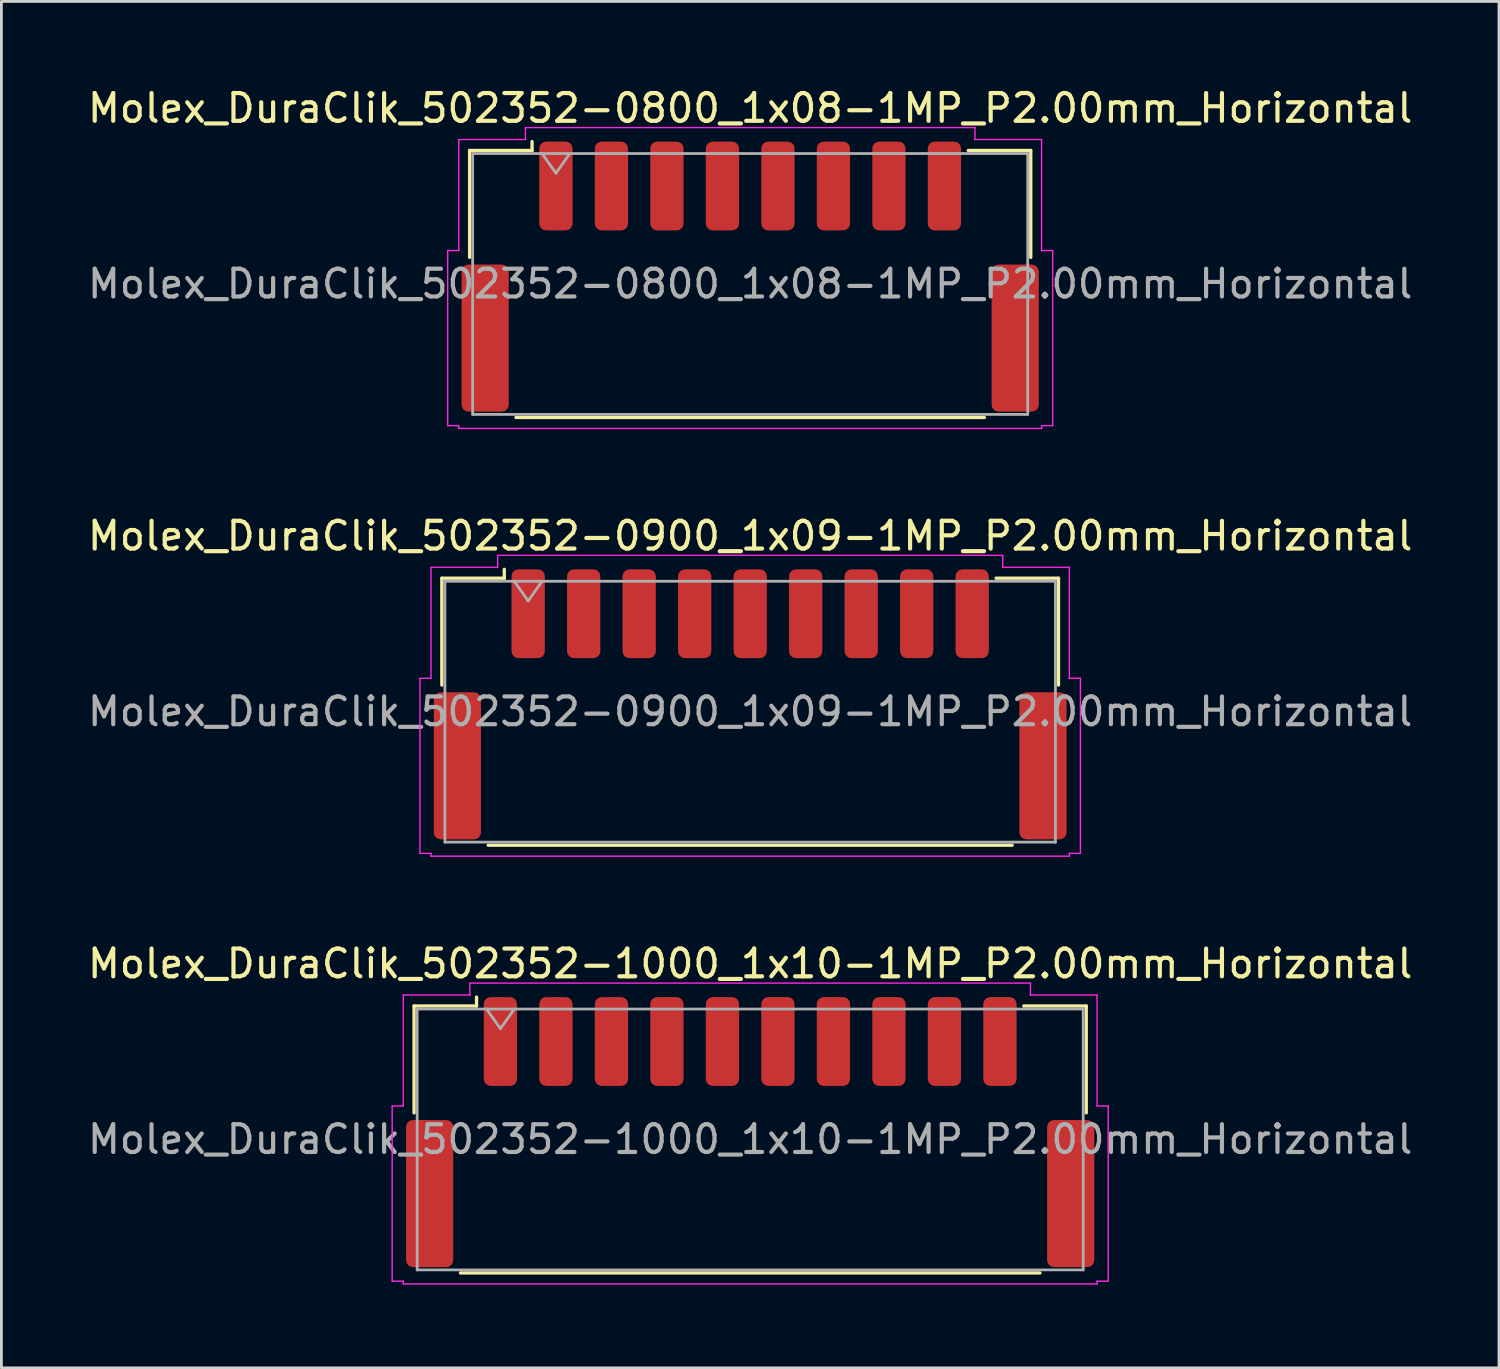
<source format=kicad_pcb>
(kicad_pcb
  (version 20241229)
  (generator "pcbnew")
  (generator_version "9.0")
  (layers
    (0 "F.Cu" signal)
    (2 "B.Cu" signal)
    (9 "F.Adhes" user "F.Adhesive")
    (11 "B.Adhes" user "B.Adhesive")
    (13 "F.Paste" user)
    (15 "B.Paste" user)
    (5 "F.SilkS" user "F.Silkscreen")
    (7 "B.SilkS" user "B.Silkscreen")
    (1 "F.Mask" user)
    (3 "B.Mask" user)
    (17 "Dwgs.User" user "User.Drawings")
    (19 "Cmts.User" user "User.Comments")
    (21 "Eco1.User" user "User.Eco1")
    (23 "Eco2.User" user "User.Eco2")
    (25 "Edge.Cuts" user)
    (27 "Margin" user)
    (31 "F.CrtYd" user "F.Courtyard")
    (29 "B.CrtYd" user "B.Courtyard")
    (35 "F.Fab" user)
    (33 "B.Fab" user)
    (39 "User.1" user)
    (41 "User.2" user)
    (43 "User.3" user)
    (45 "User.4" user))
  (footprint "Molex_DuraClik_502352-1000_1x10-1MP_P2.00mm_Horizontal"
    (layer "F.Cu")
    (at 23.982 37.745)
    (property "Reference" "Molex_DuraClik_502352-1000_1x10-1MP_P2.00mm_Horizontal" (at 0 -6.07 0) (layer "F.SilkS") (effects (font (size 1 1) (thickness 0.15))))
    (attr smd)
    (fp_line (start -12.11 -4.545) (end -9.86 -4.545) (stroke (width 0.12) (type solid)) (layer "F.SilkS"))
    (fp_line (start -12.11 -0.695) (end -12.11 -4.545) (stroke (width 0.12) (type solid)) (layer "F.SilkS"))
    (fp_line (start -10.44 5.075) (end 10.44 5.075) (stroke (width 0.12) (type solid)) (layer "F.SilkS"))
    (fp_line (start -9.86 -4.545) (end -9.86 -4.865) (stroke (width 0.12) (type solid)) (layer "F.SilkS"))
    (fp_line (start 12.11 -4.545) (end 9.86 -4.545) (stroke (width 0.12) (type solid)) (layer "F.SilkS"))
    (fp_line (start 12.11 -0.695) (end 12.11 -4.545) (stroke (width 0.12) (type solid)) (layer "F.SilkS"))
    (fp_line (start -12.9 -0.94) (end -12.5 -0.94) (stroke (width 0.05) (type solid)) (layer "F.CrtYd"))
    (fp_line (start -12.9 5.37) (end -12.9 -0.94) (stroke (width 0.05) (type solid)) (layer "F.CrtYd"))
    (fp_line (start -12.5 -4.94) (end -10.1 -4.94) (stroke (width 0.05) (type solid)) (layer "F.CrtYd"))
    (fp_line (start -12.5 -0.94) (end -12.5 -4.94) (stroke (width 0.05) (type solid)) (layer "F.CrtYd"))
    (fp_line (start -12.5 5.37) (end -12.9 5.37) (stroke (width 0.05) (type solid)) (layer "F.CrtYd"))
    (fp_line (start -12.5 5.47) (end -12.5 5.37) (stroke (width 0.05) (type solid)) (layer "F.CrtYd"))
    (fp_line (start -10.1 -5.37) (end 10.1 -5.37) (stroke (width 0.05) (type solid)) (layer "F.CrtYd"))
    (fp_line (start -10.1 -4.94) (end -10.1 -5.37) (stroke (width 0.05) (type solid)) (layer "F.CrtYd"))
    (fp_line (start 10.1 -5.37) (end 10.1 -4.94) (stroke (width 0.05) (type solid)) (layer "F.CrtYd"))
    (fp_line (start 10.1 -4.94) (end 12.5 -4.94) (stroke (width 0.05) (type solid)) (layer "F.CrtYd"))
    (fp_line (start 12.5 -4.94) (end 12.5 -0.94) (stroke (width 0.05) (type solid)) (layer "F.CrtYd"))
    (fp_line (start 12.5 -0.94) (end 12.9 -0.94) (stroke (width 0.05) (type solid)) (layer "F.CrtYd"))
    (fp_line (start 12.5 5.37) (end 12.5 5.47) (stroke (width 0.05) (type solid)) (layer "F.CrtYd"))
    (fp_line (start 12.5 5.47) (end -12.5 5.47) (stroke (width 0.05) (type solid)) (layer "F.CrtYd"))
    (fp_line (start 12.9 -0.94) (end 12.9 5.37) (stroke (width 0.05) (type solid)) (layer "F.CrtYd"))
    (fp_line (start 12.9 5.37) (end 12.5 5.37) (stroke (width 0.05) (type solid)) (layer "F.CrtYd"))
    (fp_line (start -12 -4.435) (end -12 4.965) (stroke (width 0.1) (type solid)) (layer "F.Fab"))
    (fp_line (start -12 -4.435) (end 12 -4.435) (stroke (width 0.1) (type solid)) (layer "F.Fab"))
    (fp_line (start -12 4.965) (end 12 4.965) (stroke (width 0.1) (type solid)) (layer "F.Fab"))
    (fp_line (start -9.5 -4.435) (end -9 -3.728) (stroke (width 0.1) (type solid)) (layer "F.Fab"))
    (fp_line (start -9 -3.728) (end -8.5 -4.435) (stroke (width 0.1) (type solid)) (layer "F.Fab"))
    (fp_line (start 12 -4.435) (end 12 4.965) (stroke (width 0.1) (type solid)) (layer "F.Fab"))
    (fp_text user "${REFERENCE}" (at 0 0.26 0) (layer "F.Fab") (effects (font (size 1 1) (thickness 0.15))))
    (pad "1" smd roundrect (at -9 -3.265) (size 1.2 3.2) (layers "F.Cu" "F.Mask" "F.Paste") (roundrect_rratio 0.208))
    (pad "2" smd roundrect (at -7 -3.265) (size 1.2 3.2) (layers "F.Cu" "F.Mask" "F.Paste") (roundrect_rratio 0.208))
    (pad "3" smd roundrect (at -5 -3.265) (size 1.2 3.2) (layers "F.Cu" "F.Mask" "F.Paste") (roundrect_rratio 0.208))
    (pad "4" smd roundrect (at -3 -3.265) (size 1.2 3.2) (layers "F.Cu" "F.Mask" "F.Paste") (roundrect_rratio 0.208))
    (pad "5" smd roundrect (at -1 -3.265) (size 1.2 3.2) (layers "F.Cu" "F.Mask" "F.Paste") (roundrect_rratio 0.208))
    (pad "6" smd roundrect (at 1 -3.265) (size 1.2 3.2) (layers "F.Cu" "F.Mask" "F.Paste") (roundrect_rratio 0.208))
    (pad "7" smd roundrect (at 3 -3.265) (size 1.2 3.2) (layers "F.Cu" "F.Mask" "F.Paste") (roundrect_rratio 0.208))
    (pad "8" smd roundrect (at 5 -3.265) (size 1.2 3.2) (layers "F.Cu" "F.Mask" "F.Paste") (roundrect_rratio 0.208))
    (pad "9" smd roundrect (at 7 -3.265) (size 1.2 3.2) (layers "F.Cu" "F.Mask" "F.Paste") (roundrect_rratio 0.208))
    (pad "10" smd roundrect (at 9 -3.265) (size 1.2 3.2) (layers "F.Cu" "F.Mask" "F.Paste") (roundrect_rratio 0.208))
    (pad "MP" smd roundrect (at -11.55 2.215) (size 1.7 5.3) (layers "F.Cu" "F.Mask" "F.Paste") (roundrect_rratio 0.147))
    (pad "MP" smd roundrect (at 11.55 2.215) (size 1.7 5.3) (layers "F.Cu" "F.Mask" "F.Paste") (roundrect_rratio 0.147)))
  (footprint "Molex_DuraClik_502352-0800_1x08-1MP_P2.00mm_Horizontal"
    (layer "F.Cu")
    (at 23.982 6.918)
    (property "Reference" "Molex_DuraClik_502352-0800_1x08-1MP_P2.00mm_Horizontal" (at 0 -6.07 0) (layer "F.SilkS") (effects (font (size 1 1) (thickness 0.15))))
    (attr smd)
    (fp_line (start -10.11 -4.545) (end -7.86 -4.545) (stroke (width 0.12) (type solid)) (layer "F.SilkS"))
    (fp_line (start -10.11 -0.695) (end -10.11 -4.545) (stroke (width 0.12) (type solid)) (layer "F.SilkS"))
    (fp_line (start -8.44 5.075) (end 8.44 5.075) (stroke (width 0.12) (type solid)) (layer "F.SilkS"))
    (fp_line (start -7.86 -4.545) (end -7.86 -4.865) (stroke (width 0.12) (type solid)) (layer "F.SilkS"))
    (fp_line (start 10.11 -4.545) (end 7.86 -4.545) (stroke (width 0.12) (type solid)) (layer "F.SilkS"))
    (fp_line (start 10.11 -0.695) (end 10.11 -4.545) (stroke (width 0.12) (type solid)) (layer "F.SilkS"))
    (fp_line (start -10.9 -0.94) (end -10.5 -0.94) (stroke (width 0.05) (type solid)) (layer "F.CrtYd"))
    (fp_line (start -10.9 5.37) (end -10.9 -0.94) (stroke (width 0.05) (type solid)) (layer "F.CrtYd"))
    (fp_line (start -10.5 -4.94) (end -8.1 -4.94) (stroke (width 0.05) (type solid)) (layer "F.CrtYd"))
    (fp_line (start -10.5 -0.94) (end -10.5 -4.94) (stroke (width 0.05) (type solid)) (layer "F.CrtYd"))
    (fp_line (start -10.5 5.37) (end -10.9 5.37) (stroke (width 0.05) (type solid)) (layer "F.CrtYd"))
    (fp_line (start -10.5 5.47) (end -10.5 5.37) (stroke (width 0.05) (type solid)) (layer "F.CrtYd"))
    (fp_line (start -8.1 -5.37) (end 8.1 -5.37) (stroke (width 0.05) (type solid)) (layer "F.CrtYd"))
    (fp_line (start -8.1 -4.94) (end -8.1 -5.37) (stroke (width 0.05) (type solid)) (layer "F.CrtYd"))
    (fp_line (start 8.1 -5.37) (end 8.1 -4.94) (stroke (width 0.05) (type solid)) (layer "F.CrtYd"))
    (fp_line (start 8.1 -4.94) (end 10.5 -4.94) (stroke (width 0.05) (type solid)) (layer "F.CrtYd"))
    (fp_line (start 10.5 -4.94) (end 10.5 -0.94) (stroke (width 0.05) (type solid)) (layer "F.CrtYd"))
    (fp_line (start 10.5 -0.94) (end 10.9 -0.94) (stroke (width 0.05) (type solid)) (layer "F.CrtYd"))
    (fp_line (start 10.5 5.37) (end 10.5 5.47) (stroke (width 0.05) (type solid)) (layer "F.CrtYd"))
    (fp_line (start 10.5 5.47) (end -10.5 5.47) (stroke (width 0.05) (type solid)) (layer "F.CrtYd"))
    (fp_line (start 10.9 -0.94) (end 10.9 5.37) (stroke (width 0.05) (type solid)) (layer "F.CrtYd"))
    (fp_line (start 10.9 5.37) (end 10.5 5.37) (stroke (width 0.05) (type solid)) (layer "F.CrtYd"))
    (fp_line (start -10 -4.435) (end -10 4.965) (stroke (width 0.1) (type solid)) (layer "F.Fab"))
    (fp_line (start -10 -4.435) (end 10 -4.435) (stroke (width 0.1) (type solid)) (layer "F.Fab"))
    (fp_line (start -10 4.965) (end 10 4.965) (stroke (width 0.1) (type solid)) (layer "F.Fab"))
    (fp_line (start -7.5 -4.435) (end -7 -3.728) (stroke (width 0.1) (type solid)) (layer "F.Fab"))
    (fp_line (start -7 -3.728) (end -6.5 -4.435) (stroke (width 0.1) (type solid)) (layer "F.Fab"))
    (fp_line (start 10 -4.435) (end 10 4.965) (stroke (width 0.1) (type solid)) (layer "F.Fab"))
    (fp_text user "${REFERENCE}" (at 0 0.26 0) (layer "F.Fab") (effects (font (size 1 1) (thickness 0.15))))
    (pad "1" smd roundrect (at -7 -3.265) (size 1.2 3.2) (layers "F.Cu" "F.Mask" "F.Paste") (roundrect_rratio 0.208))
    (pad "2" smd roundrect (at -5 -3.265) (size 1.2 3.2) (layers "F.Cu" "F.Mask" "F.Paste") (roundrect_rratio 0.208))
    (pad "3" smd roundrect (at -3 -3.265) (size 1.2 3.2) (layers "F.Cu" "F.Mask" "F.Paste") (roundrect_rratio 0.208))
    (pad "4" smd roundrect (at -1 -3.265) (size 1.2 3.2) (layers "F.Cu" "F.Mask" "F.Paste") (roundrect_rratio 0.208))
    (pad "5" smd roundrect (at 1 -3.265) (size 1.2 3.2) (layers "F.Cu" "F.Mask" "F.Paste") (roundrect_rratio 0.208))
    (pad "6" smd roundrect (at 3 -3.265) (size 1.2 3.2) (layers "F.Cu" "F.Mask" "F.Paste") (roundrect_rratio 0.208))
    (pad "7" smd roundrect (at 5 -3.265) (size 1.2 3.2) (layers "F.Cu" "F.Mask" "F.Paste") (roundrect_rratio 0.208))
    (pad "8" smd roundrect (at 7 -3.265) (size 1.2 3.2) (layers "F.Cu" "F.Mask" "F.Paste") (roundrect_rratio 0.208))
    (pad "MP" smd roundrect (at -9.55 2.215) (size 1.7 5.3) (layers "F.Cu" "F.Mask" "F.Paste") (roundrect_rratio 0.147))
    (pad "MP" smd roundrect (at 9.55 2.215) (size 1.7 5.3) (layers "F.Cu" "F.Mask" "F.Paste") (roundrect_rratio 0.147)))
  (footprint "Molex_DuraClik_502352-0900_1x09-1MP_P2.00mm_Horizontal"
    (layer "F.Cu")
    (at 23.982 22.331)
    (property "Reference" "Molex_DuraClik_502352-0900_1x09-1MP_P2.00mm_Horizontal" (at 0 -6.07 0) (layer "F.SilkS") (effects (font (size 1 1) (thickness 0.15))))
    (attr smd)
    (fp_line (start -11.11 -4.545) (end -8.86 -4.545) (stroke (width 0.12) (type solid)) (layer "F.SilkS"))
    (fp_line (start -11.11 -0.695) (end -11.11 -4.545) (stroke (width 0.12) (type solid)) (layer "F.SilkS"))
    (fp_line (start -9.44 5.075) (end 9.44 5.075) (stroke (width 0.12) (type solid)) (layer "F.SilkS"))
    (fp_line (start -8.86 -4.545) (end -8.86 -4.865) (stroke (width 0.12) (type solid)) (layer "F.SilkS"))
    (fp_line (start 11.11 -4.545) (end 8.86 -4.545) (stroke (width 0.12) (type solid)) (layer "F.SilkS"))
    (fp_line (start 11.11 -0.695) (end 11.11 -4.545) (stroke (width 0.12) (type solid)) (layer "F.SilkS"))
    (fp_line (start -11.9 -0.94) (end -11.5 -0.94) (stroke (width 0.05) (type solid)) (layer "F.CrtYd"))
    (fp_line (start -11.9 5.37) (end -11.9 -0.94) (stroke (width 0.05) (type solid)) (layer "F.CrtYd"))
    (fp_line (start -11.5 -4.94) (end -9.1 -4.94) (stroke (width 0.05) (type solid)) (layer "F.CrtYd"))
    (fp_line (start -11.5 -0.94) (end -11.5 -4.94) (stroke (width 0.05) (type solid)) (layer "F.CrtYd"))
    (fp_line (start -11.5 5.37) (end -11.9 5.37) (stroke (width 0.05) (type solid)) (layer "F.CrtYd"))
    (fp_line (start -11.5 5.47) (end -11.5 5.37) (stroke (width 0.05) (type solid)) (layer "F.CrtYd"))
    (fp_line (start -9.1 -5.37) (end 9.1 -5.37) (stroke (width 0.05) (type solid)) (layer "F.CrtYd"))
    (fp_line (start -9.1 -4.94) (end -9.1 -5.37) (stroke (width 0.05) (type solid)) (layer "F.CrtYd"))
    (fp_line (start 9.1 -5.37) (end 9.1 -4.94) (stroke (width 0.05) (type solid)) (layer "F.CrtYd"))
    (fp_line (start 9.1 -4.94) (end 11.5 -4.94) (stroke (width 0.05) (type solid)) (layer "F.CrtYd"))
    (fp_line (start 11.5 -4.94) (end 11.5 -0.94) (stroke (width 0.05) (type solid)) (layer "F.CrtYd"))
    (fp_line (start 11.5 -0.94) (end 11.9 -0.94) (stroke (width 0.05) (type solid)) (layer "F.CrtYd"))
    (fp_line (start 11.5 5.37) (end 11.5 5.47) (stroke (width 0.05) (type solid)) (layer "F.CrtYd"))
    (fp_line (start 11.5 5.47) (end -11.5 5.47) (stroke (width 0.05) (type solid)) (layer "F.CrtYd"))
    (fp_line (start 11.9 -0.94) (end 11.9 5.37) (stroke (width 0.05) (type solid)) (layer "F.CrtYd"))
    (fp_line (start 11.9 5.37) (end 11.5 5.37) (stroke (width 0.05) (type solid)) (layer "F.CrtYd"))
    (fp_line (start -11 -4.435) (end -11 4.965) (stroke (width 0.1) (type solid)) (layer "F.Fab"))
    (fp_line (start -11 -4.435) (end 11 -4.435) (stroke (width 0.1) (type solid)) (layer "F.Fab"))
    (fp_line (start -11 4.965) (end 11 4.965) (stroke (width 0.1) (type solid)) (layer "F.Fab"))
    (fp_line (start -8.5 -4.435) (end -8 -3.728) (stroke (width 0.1) (type solid)) (layer "F.Fab"))
    (fp_line (start -8 -3.728) (end -7.5 -4.435) (stroke (width 0.1) (type solid)) (layer "F.Fab"))
    (fp_line (start 11 -4.435) (end 11 4.965) (stroke (width 0.1) (type solid)) (layer "F.Fab"))
    (fp_text user "${REFERENCE}" (at 0 0.26 0) (layer "F.Fab") (effects (font (size 1 1) (thickness 0.15))))
    (pad "1" smd roundrect (at -8 -3.265) (size 1.2 3.2) (layers "F.Cu" "F.Mask" "F.Paste") (roundrect_rratio 0.208))
    (pad "2" smd roundrect (at -6 -3.265) (size 1.2 3.2) (layers "F.Cu" "F.Mask" "F.Paste") (roundrect_rratio 0.208))
    (pad "3" smd roundrect (at -4 -3.265) (size 1.2 3.2) (layers "F.Cu" "F.Mask" "F.Paste") (roundrect_rratio 0.208))
    (pad "4" smd roundrect (at -2 -3.265) (size 1.2 3.2) (layers "F.Cu" "F.Mask" "F.Paste") (roundrect_rratio 0.208))
    (pad "5" smd roundrect (at 0 -3.265) (size 1.2 3.2) (layers "F.Cu" "F.Mask" "F.Paste") (roundrect_rratio 0.208))
    (pad "6" smd roundrect (at 2 -3.265) (size 1.2 3.2) (layers "F.Cu" "F.Mask" "F.Paste") (roundrect_rratio 0.208))
    (pad "7" smd roundrect (at 4 -3.265) (size 1.2 3.2) (layers "F.Cu" "F.Mask" "F.Paste") (roundrect_rratio 0.208))
    (pad "8" smd roundrect (at 6 -3.265) (size 1.2 3.2) (layers "F.Cu" "F.Mask" "F.Paste") (roundrect_rratio 0.208))
    (pad "9" smd roundrect (at 8 -3.265) (size 1.2 3.2) (layers "F.Cu" "F.Mask" "F.Paste") (roundrect_rratio 0.208))
    (pad "MP" smd roundrect (at -10.55 2.215) (size 1.7 5.3) (layers "F.Cu" "F.Mask" "F.Paste") (roundrect_rratio 0.147))
    (pad "MP" smd roundrect (at 10.55 2.215) (size 1.7 5.3) (layers "F.Cu" "F.Mask" "F.Paste") (roundrect_rratio 0.147)))
  (gr_rect
    (start -3 -3)
    (end 50.964 46.24)
    (stroke (width 0.1) (type default))
    (fill no)
    (layer "Edge.Cuts")))
</source>
